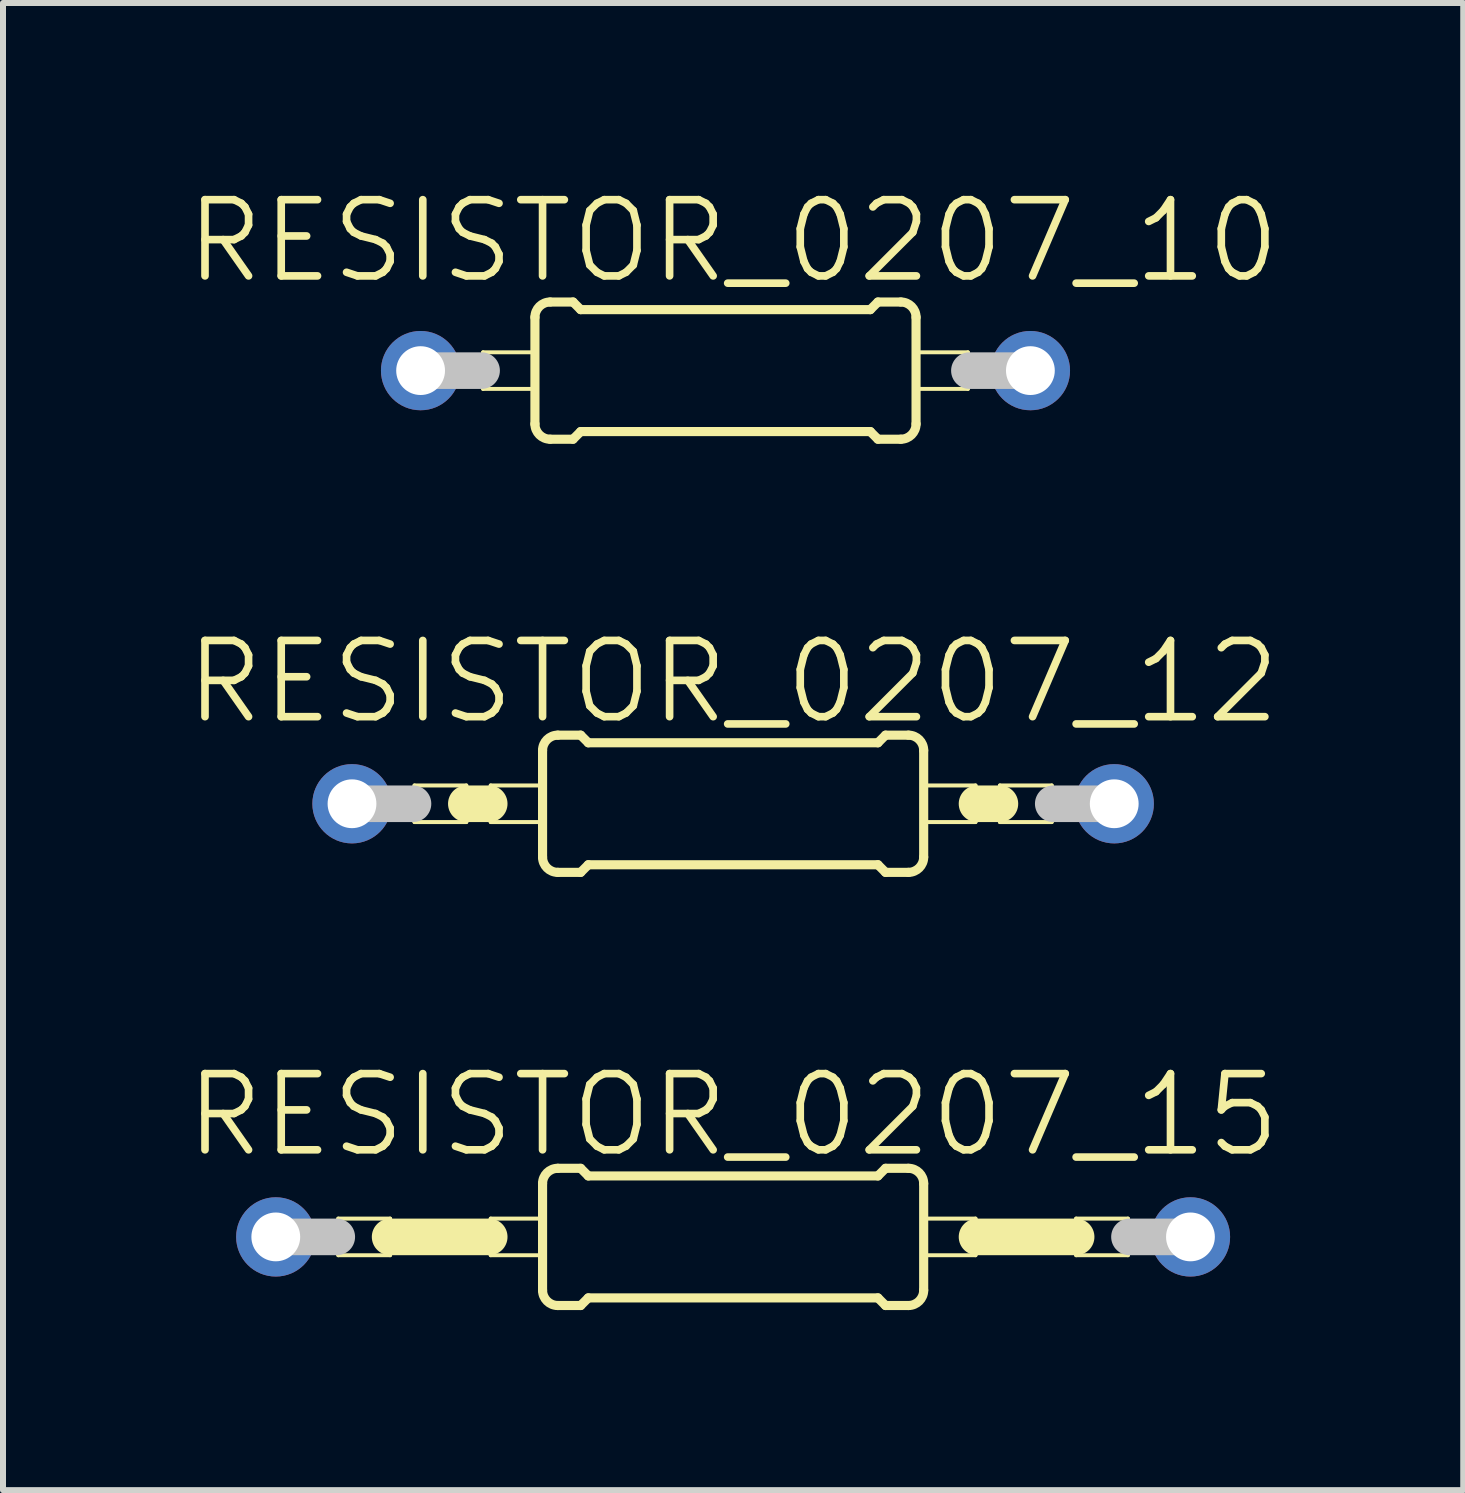
<source format=kicad_pcb>
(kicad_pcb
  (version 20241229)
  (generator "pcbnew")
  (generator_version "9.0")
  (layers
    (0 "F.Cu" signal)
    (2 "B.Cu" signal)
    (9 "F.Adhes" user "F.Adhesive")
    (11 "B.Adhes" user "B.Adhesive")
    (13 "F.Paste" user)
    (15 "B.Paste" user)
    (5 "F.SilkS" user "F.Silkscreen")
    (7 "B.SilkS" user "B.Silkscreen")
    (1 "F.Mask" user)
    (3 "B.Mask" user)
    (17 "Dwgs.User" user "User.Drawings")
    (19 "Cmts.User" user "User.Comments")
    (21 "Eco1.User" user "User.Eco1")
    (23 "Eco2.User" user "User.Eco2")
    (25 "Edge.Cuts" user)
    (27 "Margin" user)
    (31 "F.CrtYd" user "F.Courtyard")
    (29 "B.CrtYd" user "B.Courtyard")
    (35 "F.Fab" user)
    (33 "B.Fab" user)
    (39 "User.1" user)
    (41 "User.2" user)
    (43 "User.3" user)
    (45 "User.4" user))
  (footprint "RESISTOR_0207_12"
    (layer "F.Cu")
    (at 9.165 10.342)
    (property "Reference" "RESISTOR_0207_12" (at 0 -2.032 0) (layer "F.SilkS") (effects (font (size 1.27 1.27) (thickness 0.127))))
    (attr exclude_from_pos_files exclude_from_bom)
    (fp_line (start -5.309 -0.305) (end -4.445 -0.305) (stroke (width 0.066) (type solid)) (layer "F.SilkS"))
    (fp_line (start -5.309 0.305) (end -5.309 -0.305) (stroke (width 0.066) (type solid)) (layer "F.SilkS"))
    (fp_line (start -5.309 0.305) (end -4.445 0.305) (stroke (width 0.066) (type solid)) (layer "F.SilkS"))
    (fp_line (start -4.445 0) (end -4.064 0) (stroke (width 0.61) (type solid)) (layer "F.SilkS"))
    (fp_line (start -4.445 0.305) (end -4.445 -0.305) (stroke (width 0.066) (type solid)) (layer "F.SilkS"))
    (fp_line (start -4.039 -0.305) (end -3.175 -0.305) (stroke (width 0.066) (type solid)) (layer "F.SilkS"))
    (fp_line (start -4.039 0.305) (end -4.039 -0.305) (stroke (width 0.066) (type solid)) (layer "F.SilkS"))
    (fp_line (start -4.039 0.305) (end -3.175 0.305) (stroke (width 0.066) (type solid)) (layer "F.SilkS"))
    (fp_line (start -3.175 0.305) (end -3.175 -0.305) (stroke (width 0.066) (type solid)) (layer "F.SilkS"))
    (fp_line (start -3.175 0.889) (end -3.175 -0.889) (stroke (width 0.152) (type solid)) (layer "F.SilkS"))
    (fp_line (start -2.921 -1.143) (end -2.54 -1.143) (stroke (width 0.152) (type solid)) (layer "F.SilkS"))
    (fp_line (start -2.921 1.143) (end -2.54 1.143) (stroke (width 0.152) (type solid)) (layer "F.SilkS"))
    (fp_line (start -2.413 -1.016) (end -2.54 -1.143) (stroke (width 0.152) (type solid)) (layer "F.SilkS"))
    (fp_line (start -2.413 1.016) (end -2.54 1.143) (stroke (width 0.152) (type solid)) (layer "F.SilkS"))
    (fp_line (start 2.413 -1.016) (end -2.413 -1.016) (stroke (width 0.152) (type solid)) (layer "F.SilkS"))
    (fp_line (start 2.413 -1.016) (end 2.54 -1.143) (stroke (width 0.152) (type solid)) (layer "F.SilkS"))
    (fp_line (start 2.413 1.016) (end -2.413 1.016) (stroke (width 0.152) (type solid)) (layer "F.SilkS"))
    (fp_line (start 2.413 1.016) (end 2.54 1.143) (stroke (width 0.152) (type solid)) (layer "F.SilkS"))
    (fp_line (start 2.921 -1.143) (end 2.54 -1.143) (stroke (width 0.152) (type solid)) (layer "F.SilkS"))
    (fp_line (start 2.921 1.143) (end 2.54 1.143) (stroke (width 0.152) (type solid)) (layer "F.SilkS"))
    (fp_line (start 3.175 -0.305) (end 4.039 -0.305) (stroke (width 0.066) (type solid)) (layer "F.SilkS"))
    (fp_line (start 3.175 0.305) (end 3.175 -0.305) (stroke (width 0.066) (type solid)) (layer "F.SilkS"))
    (fp_line (start 3.175 0.305) (end 4.039 0.305) (stroke (width 0.066) (type solid)) (layer "F.SilkS"))
    (fp_line (start 3.175 0.889) (end 3.175 -0.889) (stroke (width 0.152) (type solid)) (layer "F.SilkS"))
    (fp_line (start 4.039 0.305) (end 4.039 -0.305) (stroke (width 0.066) (type solid)) (layer "F.SilkS"))
    (fp_line (start 4.445 -0.305) (end 5.309 -0.305) (stroke (width 0.066) (type solid)) (layer "F.SilkS"))
    (fp_line (start 4.445 0) (end 4.064 0) (stroke (width 0.61) (type solid)) (layer "F.SilkS"))
    (fp_line (start 4.445 0.305) (end 4.445 -0.305) (stroke (width 0.066) (type solid)) (layer "F.SilkS"))
    (fp_line (start 4.445 0.305) (end 5.309 0.305) (stroke (width 0.066) (type solid)) (layer "F.SilkS"))
    (fp_line (start 5.309 0.305) (end 5.309 -0.305) (stroke (width 0.066) (type solid)) (layer "F.SilkS"))
    (fp_arc (start -3.175 -0.889) (mid -3.100605 -1.068605) (end -2.921 -1.143) (stroke (width 0.1524) (type solid)) (layer "F.SilkS"))
    (fp_arc (start -2.921 1.143) (mid -3.100605 1.068605) (end -3.175 0.889) (stroke (width 0.1524) (type solid)) (layer "F.SilkS"))
    (fp_arc (start 2.921 -1.143) (mid 3.100605 -1.068605) (end 3.175 -0.889) (stroke (width 0.1524) (type solid)) (layer "F.SilkS"))
    (fp_arc (start 3.175 0.889) (mid 3.100605 1.068605) (end 2.921 1.143) (stroke (width 0.1524) (type solid)) (layer "F.SilkS"))
    (fp_line (start -6.35 0) (end -5.334 0) (stroke (width 0.61) (type solid)) (layer "Dwgs.User"))
    (fp_line (start 6.35 0) (end 5.334 0) (stroke (width 0.61) (type solid)) (layer "Dwgs.User"))
    (pad "1" thru_hole circle (at -6.35 0) (size 1.321 1.321) (drill 0.813) (layers "*.Cu" "*.Paste" "*.Mask"))
    (pad "2" thru_hole circle (at 6.35 0) (size 1.321 1.321) (drill 0.813) (layers "*.Cu" "*.Paste" "*.Mask")))
  (footprint "RESISTOR_0207_15"
    (layer "F.Cu")
    (at 9.165 17.559)
    (property "Reference" "RESISTOR_0207_15" (at 0 -2.032 0) (layer "F.SilkS") (effects (font (size 1.27 1.27) (thickness 0.127))))
    (attr exclude_from_pos_files exclude_from_bom)
    (fp_line (start -6.579 -0.305) (end -5.715 -0.305) (stroke (width 0.066) (type solid)) (layer "F.SilkS"))
    (fp_line (start -6.579 0.305) (end -6.579 -0.305) (stroke (width 0.066) (type solid)) (layer "F.SilkS"))
    (fp_line (start -6.579 0.305) (end -5.715 0.305) (stroke (width 0.066) (type solid)) (layer "F.SilkS"))
    (fp_line (start -5.715 0) (end -4.064 0) (stroke (width 0.61) (type solid)) (layer "F.SilkS"))
    (fp_line (start -5.715 0.305) (end -5.715 -0.305) (stroke (width 0.066) (type solid)) (layer "F.SilkS"))
    (fp_line (start -4.039 -0.305) (end -3.175 -0.305) (stroke (width 0.066) (type solid)) (layer "F.SilkS"))
    (fp_line (start -4.039 0.305) (end -4.039 -0.305) (stroke (width 0.066) (type solid)) (layer "F.SilkS"))
    (fp_line (start -4.039 0.305) (end -3.175 0.305) (stroke (width 0.066) (type solid)) (layer "F.SilkS"))
    (fp_line (start -3.175 0.305) (end -3.175 -0.305) (stroke (width 0.066) (type solid)) (layer "F.SilkS"))
    (fp_line (start -3.175 0.889) (end -3.175 -0.889) (stroke (width 0.152) (type solid)) (layer "F.SilkS"))
    (fp_line (start -2.921 -1.143) (end -2.54 -1.143) (stroke (width 0.152) (type solid)) (layer "F.SilkS"))
    (fp_line (start -2.921 1.143) (end -2.54 1.143) (stroke (width 0.152) (type solid)) (layer "F.SilkS"))
    (fp_line (start -2.413 -1.016) (end -2.54 -1.143) (stroke (width 0.152) (type solid)) (layer "F.SilkS"))
    (fp_line (start -2.413 1.016) (end -2.54 1.143) (stroke (width 0.152) (type solid)) (layer "F.SilkS"))
    (fp_line (start 2.413 -1.016) (end -2.413 -1.016) (stroke (width 0.152) (type solid)) (layer "F.SilkS"))
    (fp_line (start 2.413 -1.016) (end 2.54 -1.143) (stroke (width 0.152) (type solid)) (layer "F.SilkS"))
    (fp_line (start 2.413 1.016) (end -2.413 1.016) (stroke (width 0.152) (type solid)) (layer "F.SilkS"))
    (fp_line (start 2.413 1.016) (end 2.54 1.143) (stroke (width 0.152) (type solid)) (layer "F.SilkS"))
    (fp_line (start 2.921 -1.143) (end 2.54 -1.143) (stroke (width 0.152) (type solid)) (layer "F.SilkS"))
    (fp_line (start 2.921 1.143) (end 2.54 1.143) (stroke (width 0.152) (type solid)) (layer "F.SilkS"))
    (fp_line (start 3.175 -0.305) (end 4.039 -0.305) (stroke (width 0.066) (type solid)) (layer "F.SilkS"))
    (fp_line (start 3.175 0.305) (end 3.175 -0.305) (stroke (width 0.066) (type solid)) (layer "F.SilkS"))
    (fp_line (start 3.175 0.305) (end 4.039 0.305) (stroke (width 0.066) (type solid)) (layer "F.SilkS"))
    (fp_line (start 3.175 0.889) (end 3.175 -0.889) (stroke (width 0.152) (type solid)) (layer "F.SilkS"))
    (fp_line (start 4.039 0.305) (end 4.039 -0.305) (stroke (width 0.066) (type solid)) (layer "F.SilkS"))
    (fp_line (start 5.715 -0.305) (end 6.579 -0.305) (stroke (width 0.066) (type solid)) (layer "F.SilkS"))
    (fp_line (start 5.715 0) (end 4.064 0) (stroke (width 0.61) (type solid)) (layer "F.SilkS"))
    (fp_line (start 5.715 0.305) (end 5.715 -0.305) (stroke (width 0.066) (type solid)) (layer "F.SilkS"))
    (fp_line (start 5.715 0.305) (end 6.579 0.305) (stroke (width 0.066) (type solid)) (layer "F.SilkS"))
    (fp_line (start 6.579 0.305) (end 6.579 -0.305) (stroke (width 0.066) (type solid)) (layer "F.SilkS"))
    (fp_arc (start -3.175 -0.889) (mid -3.100605 -1.068605) (end -2.921 -1.143) (stroke (width 0.1524) (type solid)) (layer "F.SilkS"))
    (fp_arc (start -2.921 1.143) (mid -3.100605 1.068605) (end -3.175 0.889) (stroke (width 0.1524) (type solid)) (layer "F.SilkS"))
    (fp_arc (start 2.921 -1.143) (mid 3.100605 -1.068605) (end 3.175 -0.889) (stroke (width 0.1524) (type solid)) (layer "F.SilkS"))
    (fp_arc (start 3.175 0.889) (mid 3.100605 1.068605) (end 2.921 1.143) (stroke (width 0.1524) (type solid)) (layer "F.SilkS"))
    (fp_line (start -7.62 0) (end -6.604 0) (stroke (width 0.61) (type solid)) (layer "Dwgs.User"))
    (fp_line (start 7.62 0) (end 6.604 0) (stroke (width 0.61) (type solid)) (layer "Dwgs.User"))
    (pad "1" thru_hole circle (at -7.62 0) (size 1.321 1.321) (drill 0.813) (layers "*.Cu" "*.Paste" "*.Mask"))
    (pad "2" thru_hole circle (at 7.62 0) (size 1.321 1.321) (drill 0.813) (layers "*.Cu" "*.Paste" "*.Mask")))
  (footprint "RESISTOR_0207_10"
    (layer "F.Cu")
    (at 9.038 3.125)
    (property "Reference" "RESISTOR_0207_10" (at 0.127 -2.159 0) (layer "F.SilkS") (effects (font (size 1.27 1.27) (thickness 0.127))))
    (attr exclude_from_pos_files exclude_from_bom)
    (fp_line (start -4.039 -0.305) (end -3.175 -0.305) (stroke (width 0.066) (type solid)) (layer "F.SilkS"))
    (fp_line (start -4.039 0.305) (end -4.039 -0.305) (stroke (width 0.066) (type solid)) (layer "F.SilkS"))
    (fp_line (start -4.039 0.305) (end -3.175 0.305) (stroke (width 0.066) (type solid)) (layer "F.SilkS"))
    (fp_line (start -3.175 0.305) (end -3.175 -0.305) (stroke (width 0.066) (type solid)) (layer "F.SilkS"))
    (fp_line (start -3.175 0.889) (end -3.175 -0.889) (stroke (width 0.152) (type solid)) (layer "F.SilkS"))
    (fp_line (start -2.921 -1.143) (end -2.54 -1.143) (stroke (width 0.152) (type solid)) (layer "F.SilkS"))
    (fp_line (start -2.921 1.143) (end -2.54 1.143) (stroke (width 0.152) (type solid)) (layer "F.SilkS"))
    (fp_line (start -2.413 -1.016) (end -2.54 -1.143) (stroke (width 0.152) (type solid)) (layer "F.SilkS"))
    (fp_line (start -2.413 1.016) (end -2.54 1.143) (stroke (width 0.152) (type solid)) (layer "F.SilkS"))
    (fp_line (start 2.413 -1.016) (end -2.413 -1.016) (stroke (width 0.152) (type solid)) (layer "F.SilkS"))
    (fp_line (start 2.413 -1.016) (end 2.54 -1.143) (stroke (width 0.152) (type solid)) (layer "F.SilkS"))
    (fp_line (start 2.413 1.016) (end -2.413 1.016) (stroke (width 0.152) (type solid)) (layer "F.SilkS"))
    (fp_line (start 2.413 1.016) (end 2.54 1.143) (stroke (width 0.152) (type solid)) (layer "F.SilkS"))
    (fp_line (start 2.921 -1.143) (end 2.54 -1.143) (stroke (width 0.152) (type solid)) (layer "F.SilkS"))
    (fp_line (start 2.921 1.143) (end 2.54 1.143) (stroke (width 0.152) (type solid)) (layer "F.SilkS"))
    (fp_line (start 3.175 -0.305) (end 4.039 -0.305) (stroke (width 0.066) (type solid)) (layer "F.SilkS"))
    (fp_line (start 3.175 0.305) (end 3.175 -0.305) (stroke (width 0.066) (type solid)) (layer "F.SilkS"))
    (fp_line (start 3.175 0.305) (end 4.039 0.305) (stroke (width 0.066) (type solid)) (layer "F.SilkS"))
    (fp_line (start 3.175 0.889) (end 3.175 -0.889) (stroke (width 0.152) (type solid)) (layer "F.SilkS"))
    (fp_line (start 4.039 0.305) (end 4.039 -0.305) (stroke (width 0.066) (type solid)) (layer "F.SilkS"))
    (fp_arc (start -3.175 -0.889) (mid -3.100605 -1.068605) (end -2.921 -1.143) (stroke (width 0.1524) (type solid)) (layer "F.SilkS"))
    (fp_arc (start -2.921 1.143) (mid -3.100605 1.068605) (end -3.175 0.889) (stroke (width 0.1524) (type solid)) (layer "F.SilkS"))
    (fp_arc (start 2.921 -1.143) (mid 3.100605 -1.068605) (end 3.175 -0.889) (stroke (width 0.1524) (type solid)) (layer "F.SilkS"))
    (fp_arc (start 3.175 0.889) (mid 3.100605 1.068605) (end 2.921 1.143) (stroke (width 0.1524) (type solid)) (layer "F.SilkS"))
    (fp_line (start -5.08 0) (end -4.064 0) (stroke (width 0.61) (type solid)) (layer "Dwgs.User"))
    (fp_line (start 5.08 0) (end 4.064 0) (stroke (width 0.61) (type solid)) (layer "Dwgs.User"))
    (pad "1" thru_hole circle (at -5.08 0) (size 1.321 1.321) (drill 0.813) (layers "*.Cu" "*.Paste" "*.Mask"))
    (pad "2" thru_hole circle (at 5.08 0) (size 1.321 1.321) (drill 0.813) (layers "*.Cu" "*.Paste" "*.Mask")))
  (gr_rect
    (start -3 -3)
    (end 21.33 21.778)
    (stroke (width 0.1) (type default))
    (fill no)
    (layer "Edge.Cuts")))
</source>
